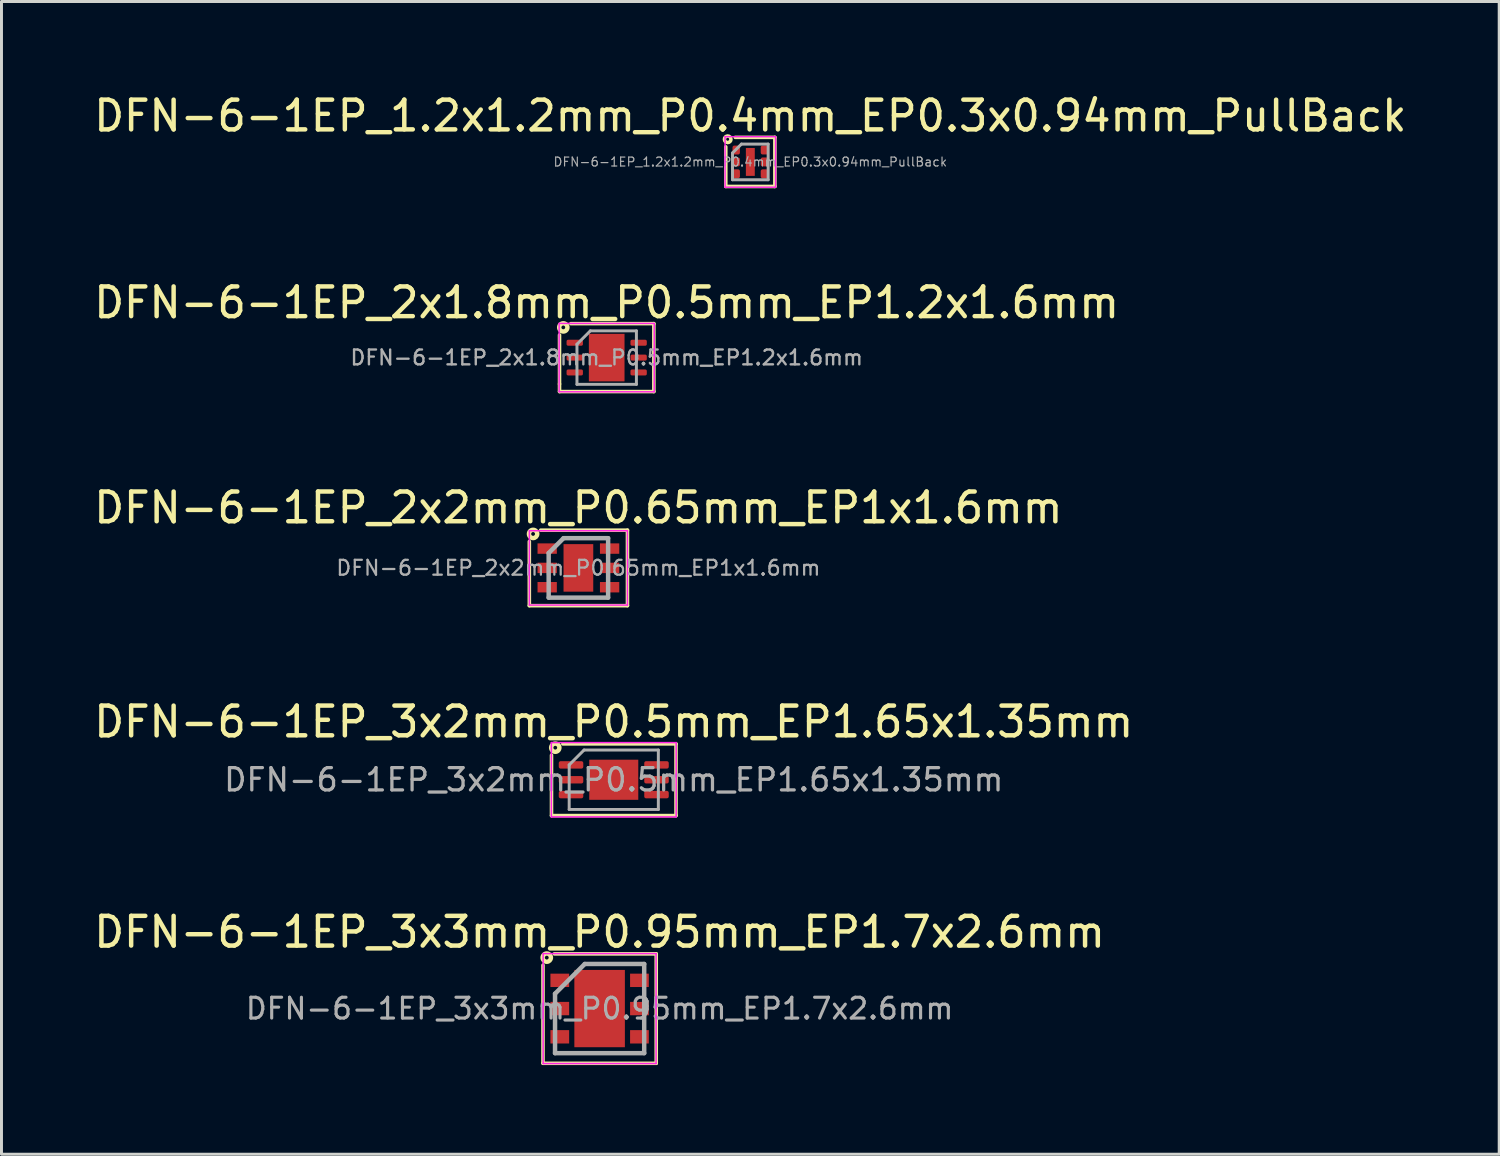
<source format=kicad_pcb>
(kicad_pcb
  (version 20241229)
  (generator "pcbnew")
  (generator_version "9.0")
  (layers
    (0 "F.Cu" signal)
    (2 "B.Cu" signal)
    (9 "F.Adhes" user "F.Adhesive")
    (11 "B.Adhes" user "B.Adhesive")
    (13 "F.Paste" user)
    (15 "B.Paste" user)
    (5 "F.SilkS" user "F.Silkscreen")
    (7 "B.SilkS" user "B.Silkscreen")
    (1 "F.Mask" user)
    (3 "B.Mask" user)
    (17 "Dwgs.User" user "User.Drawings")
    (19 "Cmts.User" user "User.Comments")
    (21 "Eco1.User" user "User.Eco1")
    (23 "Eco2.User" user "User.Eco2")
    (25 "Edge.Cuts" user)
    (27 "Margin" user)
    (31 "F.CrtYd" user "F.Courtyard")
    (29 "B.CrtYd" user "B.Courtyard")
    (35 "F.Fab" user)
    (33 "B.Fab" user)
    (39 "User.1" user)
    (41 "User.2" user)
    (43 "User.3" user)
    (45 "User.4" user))
  (footprint "DFN-6-1EP_2x2mm_P0.65mm_EP1x1.6mm"
    (layer "F.Cu")
    (at 16.411 16.058)
    (property "Reference" "DFN-6-1EP_2x2mm_P0.65mm_EP1x1.6mm" (at 0 -2.025 0) (layer "F.SilkS") (effects (font (size 1 1) (thickness 0.15))))
    (attr smd)
    (fp_line (start -1.651 -0.889) (end -1.651 1.27) (stroke (width 0.12) (type solid)) (layer "F.SilkS"))
    (fp_line (start -1.651 1.27) (end 1.651 1.27) (stroke (width 0.12) (type solid)) (layer "F.SilkS"))
    (fp_line (start 1.651 -1.27) (end -1.27 -1.27) (stroke (width 0.12) (type solid)) (layer "F.SilkS"))
    (fp_line (start 1.651 1.27) (end 1.651 -1.27) (stroke (width 0.12) (type solid)) (layer "F.SilkS"))
    (fp_circle (center -1.524 -1.143) (end -1.46 -1.143) (stroke (width 0.15) (type solid)) (fill no) (layer "F.SilkS"))
    (fp_line (start -1.65 -1.25) (end -1.65 1.25) (stroke (width 0.05) (type solid)) (layer "F.CrtYd"))
    (fp_line (start -1.65 -1.25) (end 1.65 -1.25) (stroke (width 0.05) (type solid)) (layer "F.CrtYd"))
    (fp_line (start -1.65 1.25) (end 1.65 1.25) (stroke (width 0.05) (type solid)) (layer "F.CrtYd"))
    (fp_line (start 1.65 -1.25) (end 1.65 1.25) (stroke (width 0.05) (type solid)) (layer "F.CrtYd"))
    (fp_line (start -1 -0.5) (end -0.5 -1) (stroke (width 0.15) (type solid)) (layer "F.Fab"))
    (fp_line (start -1 1) (end -1 -0.5) (stroke (width 0.15) (type solid)) (layer "F.Fab"))
    (fp_line (start -0.5 -1) (end 1 -1) (stroke (width 0.15) (type solid)) (layer "F.Fab"))
    (fp_line (start 1 -1) (end 1 1) (stroke (width 0.15) (type solid)) (layer "F.Fab"))
    (fp_line (start 1 1) (end -1 1) (stroke (width 0.15) (type solid)) (layer "F.Fab"))
    (fp_text user "${REFERENCE}" (at 0 0 0) (layer "F.Fab") (effects (font (size 0.5 0.5) (thickness 0.075))))
    (pad "" smd rect (at 0 -0.4) (size 0.82 0.63) (layers "F.Paste"))
    (pad "" smd rect (at 0 0.4) (size 0.82 0.63) (layers "F.Paste"))
    (pad "1" smd rect (at -1.05 -0.65) (size 0.65 0.35) (layers "F.Cu" "F.Mask" "F.Paste"))
    (pad "2" smd rect (at -1.05 0) (size 0.65 0.35) (layers "F.Cu" "F.Mask" "F.Paste"))
    (pad "3" smd rect (at -1.05 0.65) (size 0.65 0.35) (layers "F.Cu" "F.Mask" "F.Paste"))
    (pad "4" smd rect (at 1.05 0.65) (size 0.65 0.35) (layers "F.Cu" "F.Mask" "F.Paste"))
    (pad "5" smd rect (at 1.05 0) (size 0.65 0.35) (layers "F.Cu" "F.Mask" "F.Paste"))
    (pad "6" smd rect (at 1.05 -0.65) (size 0.65 0.35) (layers "F.Cu" "F.Mask" "F.Paste"))
    (pad "7" smd rect (at 0 0) (size 1 1.6) (layers "F.Cu" "F.Mask")))
  (footprint "DFN-6-1EP_3x2mm_P0.5mm_EP1.65x1.35mm"
    (layer "F.Cu")
    (at 17.601 23.186)
    (property "Reference" "DFN-6-1EP_3x2mm_P0.5mm_EP1.65x1.35mm" (at 0 -1.95 0) (layer "F.SilkS") (effects (font (size 1 1) (thickness 0.15))))
    (attr smd)
    (fp_line (start -2.095 1.206) (end -2.095 -0.826) (stroke (width 0.12) (type solid)) (layer "F.SilkS"))
    (fp_line (start -1.714 -1.206) (end 2.095 -1.206) (stroke (width 0.12) (type solid)) (layer "F.SilkS"))
    (fp_line (start 2.095 -1.206) (end 2.095 1.206) (stroke (width 0.12) (type solid)) (layer "F.SilkS"))
    (fp_line (start 2.095 1.206) (end -2.095 1.206) (stroke (width 0.12) (type solid)) (layer "F.SilkS"))
    (fp_circle (center -1.968 -1.079) (end -1.905 -1.079) (stroke (width 0.15) (type solid)) (fill no) (layer "F.SilkS"))
    (fp_line (start -2.1 -1.25) (end -2.1 1.25) (stroke (width 0.05) (type solid)) (layer "F.CrtYd"))
    (fp_line (start -2.1 1.25) (end 2.1 1.25) (stroke (width 0.05) (type solid)) (layer "F.CrtYd"))
    (fp_line (start 2.1 -1.25) (end -2.1 -1.25) (stroke (width 0.05) (type solid)) (layer "F.CrtYd"))
    (fp_line (start 2.1 1.25) (end 2.1 -1.25) (stroke (width 0.05) (type solid)) (layer "F.CrtYd"))
    (fp_line (start -1.5 -0.5) (end -1 -1) (stroke (width 0.1) (type solid)) (layer "F.Fab"))
    (fp_line (start -1.5 1) (end -1.5 -0.5) (stroke (width 0.1) (type solid)) (layer "F.Fab"))
    (fp_line (start -1 -1) (end 1.5 -1) (stroke (width 0.1) (type solid)) (layer "F.Fab"))
    (fp_line (start 1.5 -1) (end 1.5 1) (stroke (width 0.1) (type solid)) (layer "F.Fab"))
    (fp_line (start 1.5 1) (end -1.5 1) (stroke (width 0.1) (type solid)) (layer "F.Fab"))
    (fp_text user "${REFERENCE}" (at 0 0 0) (layer "F.Fab") (effects (font (size 0.75 0.75) (thickness 0.11))))
    (pad "" smd roundrect (at -0.41 -0.34) (size 0.67 0.54) (layers "F.Paste") (roundrect_rratio 0.25))
    (pad "" smd roundrect (at -0.41 0.34) (size 0.67 0.54) (layers "F.Paste") (roundrect_rratio 0.25))
    (pad "" smd roundrect (at 0.41 -0.34) (size 0.67 0.54) (layers "F.Paste") (roundrect_rratio 0.25))
    (pad "" smd roundrect (at 0.41 0.34) (size 0.67 0.54) (layers "F.Paste") (roundrect_rratio 0.25))
    (pad "1" smd roundrect (at -1.438 -0.5) (size 0.825 0.25) (layers "F.Cu" "F.Mask" "F.Paste") (roundrect_rratio 0.25))
    (pad "2" smd roundrect (at -1.438 0) (size 0.825 0.25) (layers "F.Cu" "F.Mask" "F.Paste") (roundrect_rratio 0.25))
    (pad "3" smd roundrect (at -1.438 0.5) (size 0.825 0.25) (layers "F.Cu" "F.Mask" "F.Paste") (roundrect_rratio 0.25))
    (pad "4" smd roundrect (at 1.438 0.5) (size 0.825 0.25) (layers "F.Cu" "F.Mask" "F.Paste") (roundrect_rratio 0.25))
    (pad "5" smd roundrect (at 1.438 0) (size 0.825 0.25) (layers "F.Cu" "F.Mask" "F.Paste") (roundrect_rratio 0.25))
    (pad "6" smd roundrect (at 1.438 -0.5) (size 0.825 0.25) (layers "F.Cu" "F.Mask" "F.Paste") (roundrect_rratio 0.25))
    (pad "7" smd rect (at 0 0) (size 1.65 1.35) (layers "F.Cu" "F.Mask")))
  (footprint "DFN-6-1EP_3x3mm_P0.95mm_EP1.7x2.6mm"
    (layer "F.Cu")
    (at 17.125 30.885)
    (property "Reference" "DFN-6-1EP_3x3mm_P0.95mm_EP1.7x2.6mm" (at 0 -2.575 0) (layer "F.SilkS") (effects (font (size 1 1) (thickness 0.15))))
    (attr smd)
    (fp_line (start -1.905 1.841) (end -1.905 -1.46) (stroke (width 0.12) (type solid)) (layer "F.SilkS"))
    (fp_line (start -1.524 -1.841) (end 1.905 -1.841) (stroke (width 0.12) (type solid)) (layer "F.SilkS"))
    (fp_line (start 1.905 -1.841) (end 1.905 1.841) (stroke (width 0.12) (type solid)) (layer "F.SilkS"))
    (fp_line (start 1.905 1.841) (end -1.905 1.841) (stroke (width 0.12) (type solid)) (layer "F.SilkS"))
    (fp_circle (center -1.778 -1.714) (end -1.714 -1.714) (stroke (width 0.15) (type solid)) (fill no) (layer "F.SilkS"))
    (fp_line (start -1.9 -1.85) (end -1.9 1.85) (stroke (width 0.05) (type solid)) (layer "F.CrtYd"))
    (fp_line (start -1.9 -1.85) (end 1.9 -1.85) (stroke (width 0.05) (type solid)) (layer "F.CrtYd"))
    (fp_line (start -1.9 1.85) (end 1.9 1.85) (stroke (width 0.05) (type solid)) (layer "F.CrtYd"))
    (fp_line (start 1.9 -1.85) (end 1.9 1.85) (stroke (width 0.05) (type solid)) (layer "F.CrtYd"))
    (fp_line (start -1.5 -0.5) (end -0.5 -1.5) (stroke (width 0.15) (type solid)) (layer "F.Fab"))
    (fp_line (start -1.5 1.5) (end -1.5 -0.5) (stroke (width 0.15) (type solid)) (layer "F.Fab"))
    (fp_line (start -0.5 -1.5) (end 1.5 -1.5) (stroke (width 0.15) (type solid)) (layer "F.Fab"))
    (fp_line (start 1.5 -1.5) (end 1.5 1.5) (stroke (width 0.15) (type solid)) (layer "F.Fab"))
    (fp_line (start 1.5 1.5) (end -1.5 1.5) (stroke (width 0.15) (type solid)) (layer "F.Fab"))
    (fp_text user "${REFERENCE}" (at 0 0 0) (layer "F.Fab") (effects (font (size 0.7 0.7) (thickness 0.105))))
    (pad "" smd rect (at -0.425 -0.866) (size 0.66 0.73) (layers "F.Paste"))
    (pad "" smd rect (at -0.425 0) (size 0.66 0.73) (layers "F.Paste"))
    (pad "" smd rect (at -0.425 0.866) (size 0.66 0.73) (layers "F.Paste"))
    (pad "" smd rect (at 0.425 -0.866) (size 0.66 0.73) (layers "F.Paste"))
    (pad "" smd rect (at 0.425 0) (size 0.66 0.73) (layers "F.Paste"))
    (pad "" smd rect (at 0.425 0.866) (size 0.66 0.73) (layers "F.Paste"))
    (pad "1" smd rect (at -1.34 -0.95) (size 0.63 0.45) (layers "F.Cu" "F.Mask" "F.Paste"))
    (pad "2" smd rect (at -1.34 0) (size 0.63 0.45) (layers "F.Cu" "F.Mask" "F.Paste"))
    (pad "3" smd rect (at -1.34 0.95) (size 0.63 0.45) (layers "F.Cu" "F.Mask" "F.Paste"))
    (pad "4" smd rect (at 1.34 0.95) (size 0.63 0.45) (layers "F.Cu" "F.Mask" "F.Paste"))
    (pad "5" smd rect (at 1.34 0) (size 0.63 0.45) (layers "F.Cu" "F.Mask" "F.Paste"))
    (pad "6" smd rect (at 1.34 -0.95) (size 0.63 0.45) (layers "F.Cu" "F.Mask" "F.Paste"))
    (pad "7" smd rect (at 0 0) (size 1.7 2.6) (layers "F.Cu" "F.Mask")))
  (footprint "DFN-6-1EP_1.2x1.2mm_P0.4mm_EP0.3x0.94mm_PullBack"
    (layer "F.Cu")
    (at 22.196 2.398)
    (property "Reference" "DFN-6-1EP_1.2x1.2mm_P0.4mm_EP0.3x0.94mm_PullBack" (at 0 -1.55 0) (layer "F.SilkS") (effects (font (size 1 1) (thickness 0.15))))
    (attr smd)
    (fp_line (start -0.826 0.826) (end -0.826 -0.508) (stroke (width 0.12) (type solid)) (layer "F.SilkS"))
    (fp_line (start -0.508 -0.826) (end 0.826 -0.826) (stroke (width 0.12) (type solid)) (layer "F.SilkS"))
    (fp_line (start 0.826 -0.826) (end 0.826 0.826) (stroke (width 0.12) (type solid)) (layer "F.SilkS"))
    (fp_line (start 0.826 0.826) (end -0.826 0.826) (stroke (width 0.12) (type solid)) (layer "F.SilkS"))
    (fp_circle (center -0.762 -0.762) (end -0.712 -0.762) (stroke (width 0.12) (type solid)) (fill no) (layer "F.SilkS"))
    (fp_line (start -0.85 -0.85) (end -0.85 0.85) (stroke (width 0.05) (type solid)) (layer "F.CrtYd"))
    (fp_line (start -0.85 0.85) (end 0.85 0.85) (stroke (width 0.05) (type solid)) (layer "F.CrtYd"))
    (fp_line (start 0.85 -0.85) (end -0.85 -0.85) (stroke (width 0.05) (type solid)) (layer "F.CrtYd"))
    (fp_line (start 0.85 0.85) (end 0.85 -0.85) (stroke (width 0.05) (type solid)) (layer "F.CrtYd"))
    (fp_line (start -0.6 -0.3) (end -0.3 -0.6) (stroke (width 0.1) (type solid)) (layer "F.Fab"))
    (fp_line (start -0.6 0.6) (end -0.6 -0.3) (stroke (width 0.1) (type solid)) (layer "F.Fab"))
    (fp_line (start -0.3 -0.6) (end 0.6 -0.6) (stroke (width 0.1) (type solid)) (layer "F.Fab"))
    (fp_line (start 0.6 -0.6) (end 0.6 0.6) (stroke (width 0.1) (type solid)) (layer "F.Fab"))
    (fp_line (start 0.6 0.6) (end -0.6 0.6) (stroke (width 0.1) (type solid)) (layer "F.Fab"))
    (fp_text user "${REFERENCE}" (at 0 0 0) (layer "F.Fab") (effects (font (size 0.3 0.3) (thickness 0.04))))
    (pad "" smd roundrect (at 0 -0.235) (size 0.24 0.38) (layers "F.Paste") (roundrect_rratio 0.25))
    (pad "" smd roundrect (at 0 0.235) (size 0.24 0.38) (layers "F.Paste") (roundrect_rratio 0.25))
    (pad "1" smd roundrect (at -0.475 -0.4) (size 0.25 0.3) (layers "F.Cu" "F.Mask" "F.Paste") (roundrect_rratio 0.25))
    (pad "2" smd roundrect (at -0.475 0) (size 0.25 0.3) (layers "F.Cu" "F.Mask" "F.Paste") (roundrect_rratio 0.25))
    (pad "3" smd roundrect (at -0.475 0.4) (size 0.25 0.3) (layers "F.Cu" "F.Mask" "F.Paste") (roundrect_rratio 0.25))
    (pad "4" smd roundrect (at 0.475 0.4) (size 0.25 0.3) (layers "F.Cu" "F.Mask" "F.Paste") (roundrect_rratio 0.25))
    (pad "5" smd roundrect (at 0.475 0) (size 0.25 0.3) (layers "F.Cu" "F.Mask" "F.Paste") (roundrect_rratio 0.25))
    (pad "6" smd roundrect (at 0.475 -0.4) (size 0.25 0.3) (layers "F.Cu" "F.Mask" "F.Paste") (roundrect_rratio 0.25))
    (pad "7" smd rect (at 0 0) (size 0.3 0.94) (layers "F.Cu" "F.Mask")))
  (footprint "DFN-6-1EP_2x1.8mm_P0.5mm_EP1.2x1.6mm"
    (layer "F.Cu")
    (at 17.363 8.982)
    (property "Reference" "DFN-6-1EP_2x1.8mm_P0.5mm_EP1.2x1.6mm" (at 0 -1.85 0) (layer "F.SilkS") (effects (font (size 1 1) (thickness 0.15))))
    (attr smd)
    (fp_line (start -1.587 0.889) (end -1.587 -0.761) (stroke (width 0.12) (type solid)) (layer "F.SilkS"))
    (fp_line (start -1.587 0.889) (end -1.587 1.143) (stroke (width 0.12) (type solid)) (layer "F.SilkS"))
    (fp_line (start -1.587 1.143) (end 1.587 1.143) (stroke (width 0.12) (type solid)) (layer "F.SilkS"))
    (fp_line (start 1.587 -1.143) (end -1.206 -1.143) (stroke (width 0.12) (type solid)) (layer "F.SilkS"))
    (fp_line (start 1.587 1.143) (end 1.587 -1.143) (stroke (width 0.12) (type solid)) (layer "F.SilkS"))
    (fp_circle (center -1.46 -1.016) (end -1.397 -1.016) (stroke (width 0.15) (type solid)) (fill no) (layer "F.SilkS"))
    (fp_line (start -1.6 -1.15) (end -1.6 1.15) (stroke (width 0.05) (type solid)) (layer "F.CrtYd"))
    (fp_line (start -1.6 1.15) (end 1.6 1.15) (stroke (width 0.05) (type solid)) (layer "F.CrtYd"))
    (fp_line (start 1.6 -1.15) (end -1.6 -1.15) (stroke (width 0.05) (type solid)) (layer "F.CrtYd"))
    (fp_line (start 1.6 1.15) (end 1.6 -1.15) (stroke (width 0.05) (type solid)) (layer "F.CrtYd"))
    (fp_line (start -1 -0.45) (end -0.55 -0.9) (stroke (width 0.1) (type solid)) (layer "F.Fab"))
    (fp_line (start -1 0.9) (end -1 -0.45) (stroke (width 0.1) (type solid)) (layer "F.Fab"))
    (fp_line (start -0.55 -0.9) (end 1 -0.9) (stroke (width 0.1) (type solid)) (layer "F.Fab"))
    (fp_line (start 1 -0.9) (end 1 0.9) (stroke (width 0.1) (type solid)) (layer "F.Fab"))
    (fp_line (start 1 0.9) (end -1 0.9) (stroke (width 0.1) (type solid)) (layer "F.Fab"))
    (fp_text user "${REFERENCE}" (at 0 0 0) (layer "F.Fab") (effects (font (size 0.5 0.5) (thickness 0.08))))
    (pad "" smd roundrect (at -0.3 -0.4) (size 0.48 0.64) (layers "F.Paste") (roundrect_rratio 0.25))
    (pad "" smd roundrect (at -0.3 0.4) (size 0.48 0.64) (layers "F.Paste") (roundrect_rratio 0.25))
    (pad "" smd roundrect (at 0.3 -0.4) (size 0.48 0.64) (layers "F.Paste") (roundrect_rratio 0.25))
    (pad "" smd roundrect (at 0.3 0.4) (size 0.48 0.64) (layers "F.Paste") (roundrect_rratio 0.25))
    (pad "1" smd roundrect (at -1.075 -0.5) (size 0.55 0.2) (layers "F.Cu" "F.Mask" "F.Paste") (roundrect_rratio 0.25))
    (pad "2" smd roundrect (at -1.075 0) (size 0.55 0.2) (layers "F.Cu" "F.Mask" "F.Paste") (roundrect_rratio 0.25))
    (pad "3" smd roundrect (at -1.075 0.5) (size 0.55 0.2) (layers "F.Cu" "F.Mask" "F.Paste") (roundrect_rratio 0.25))
    (pad "4" smd roundrect (at 1.075 0.5) (size 0.55 0.2) (layers "F.Cu" "F.Mask" "F.Paste") (roundrect_rratio 0.25))
    (pad "5" smd roundrect (at 1.075 0) (size 0.55 0.2) (layers "F.Cu" "F.Mask" "F.Paste") (roundrect_rratio 0.25))
    (pad "6" smd roundrect (at 1.075 -0.5) (size 0.55 0.2) (layers "F.Cu" "F.Mask" "F.Paste") (roundrect_rratio 0.25))
    (pad "7" smd rect (at 0 0) (size 1.2 1.6) (layers "F.Cu" "F.Mask")))
  (gr_rect
    (start -3 -3)
    (end 47.393 35.786)
    (stroke (width 0.1) (type default))
    (fill no)
    (layer "Edge.Cuts")))
</source>
